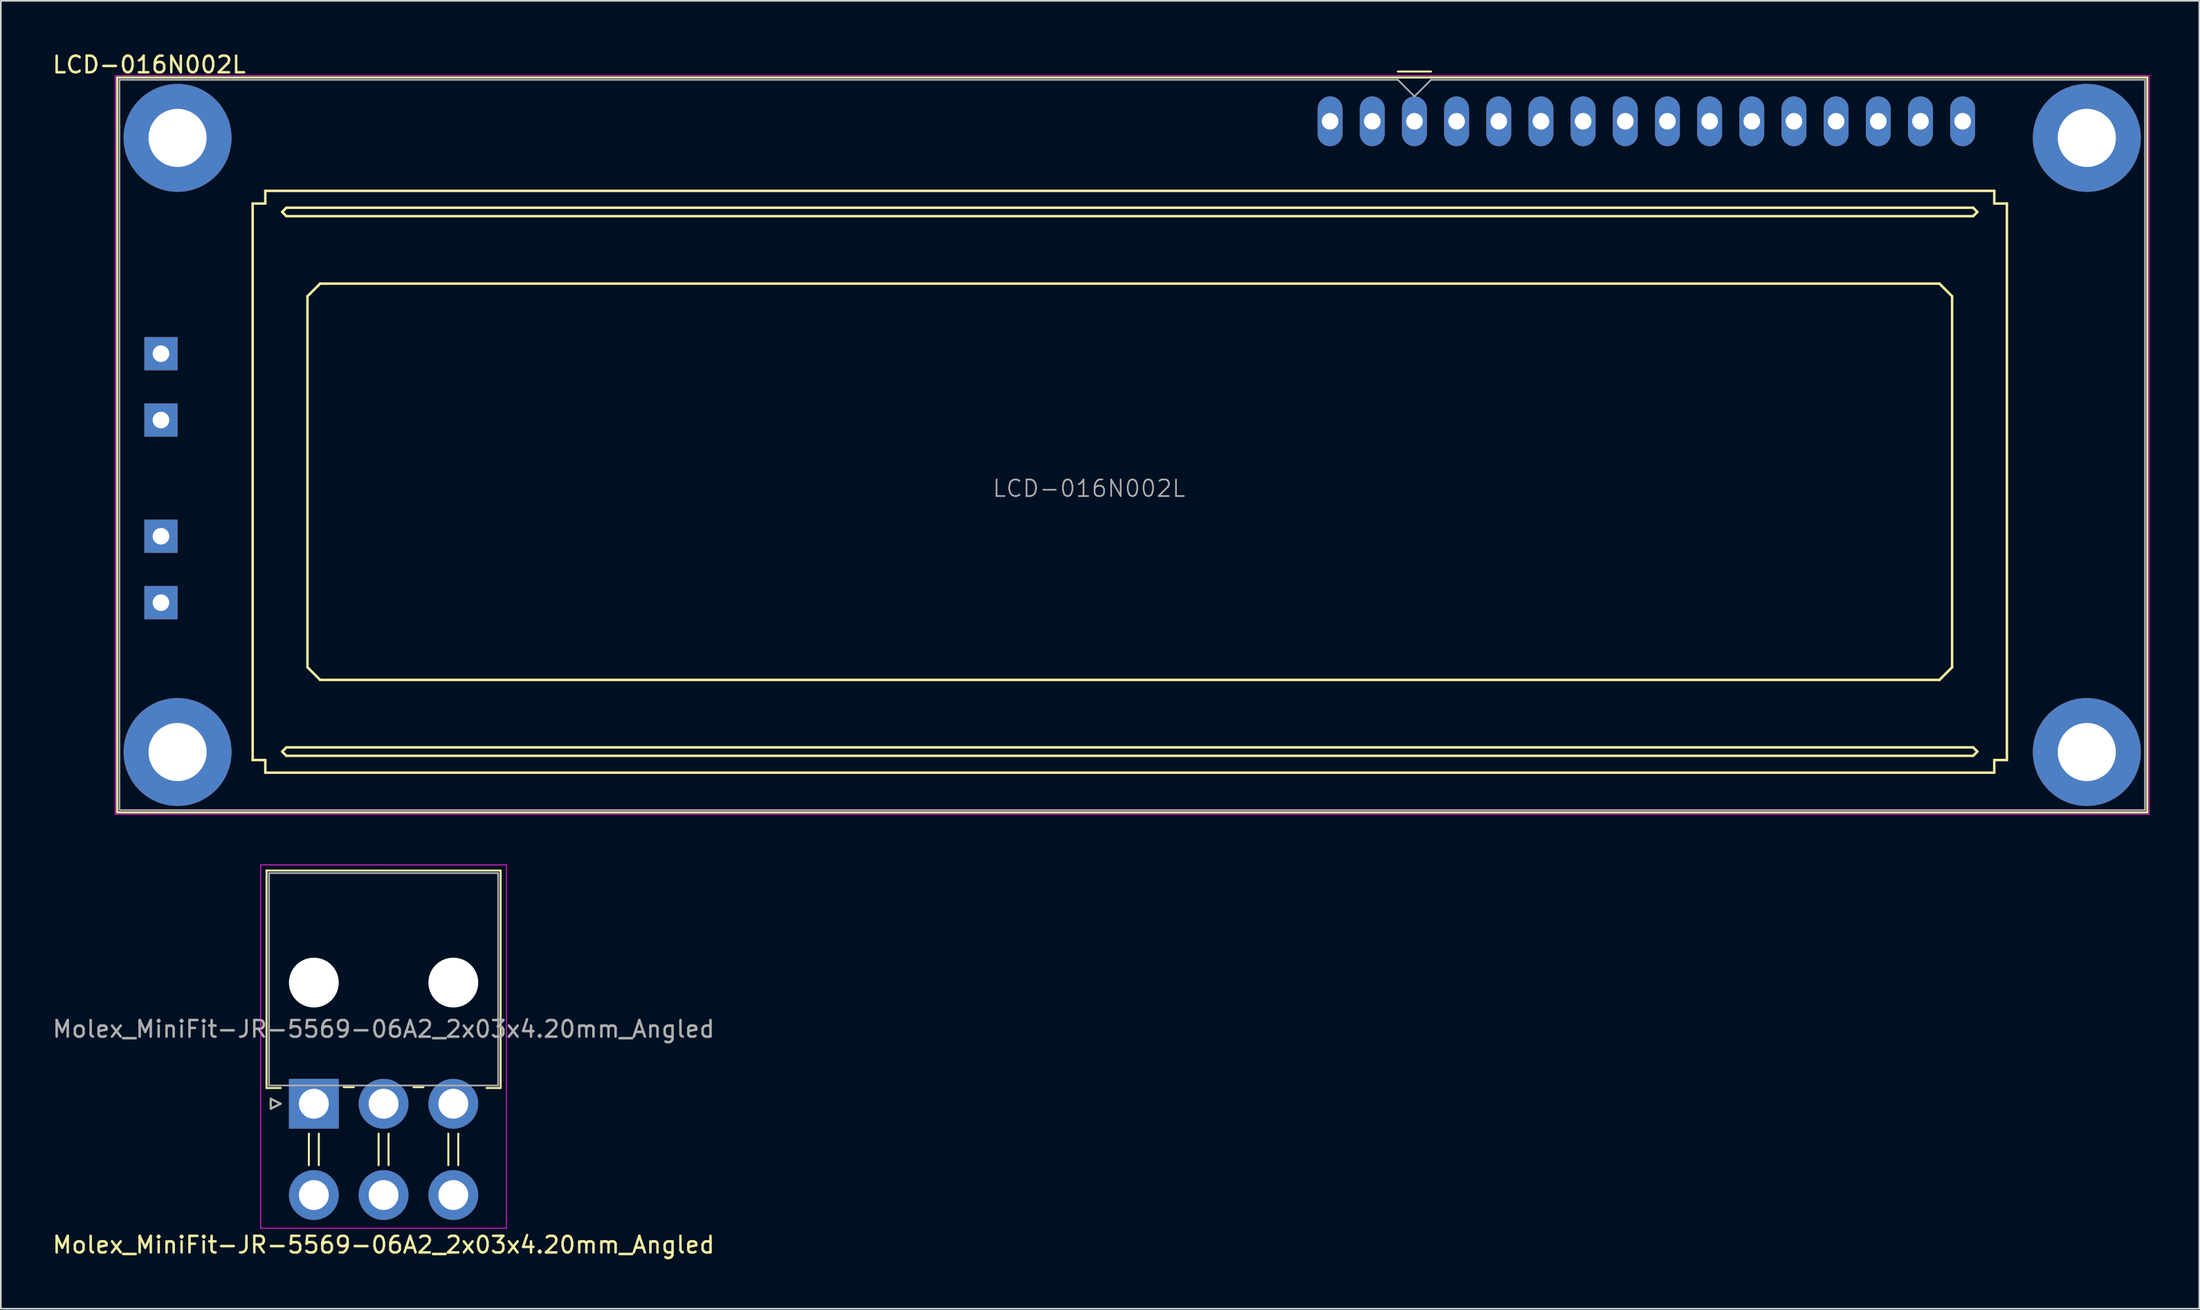
<source format=kicad_pcb>
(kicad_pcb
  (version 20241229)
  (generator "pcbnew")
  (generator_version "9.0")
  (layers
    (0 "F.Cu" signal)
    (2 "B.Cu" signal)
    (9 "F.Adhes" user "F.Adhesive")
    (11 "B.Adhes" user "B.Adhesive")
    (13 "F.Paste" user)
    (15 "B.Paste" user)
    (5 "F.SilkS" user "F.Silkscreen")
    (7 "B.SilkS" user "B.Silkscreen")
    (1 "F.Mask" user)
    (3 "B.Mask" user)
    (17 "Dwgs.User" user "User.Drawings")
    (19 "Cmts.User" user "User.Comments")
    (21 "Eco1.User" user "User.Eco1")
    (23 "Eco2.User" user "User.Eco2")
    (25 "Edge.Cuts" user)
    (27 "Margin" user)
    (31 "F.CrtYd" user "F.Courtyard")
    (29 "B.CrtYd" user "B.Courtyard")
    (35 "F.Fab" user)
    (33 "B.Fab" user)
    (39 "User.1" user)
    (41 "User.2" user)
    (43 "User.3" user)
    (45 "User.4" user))
  (footprint "Molex_MiniFit-JR-5569-06A2_2x03x4.20mm_Angled"
    (layer "F.Cu")
    (at 15.854 63.448)
    (property "Reference" "Molex_MiniFit-JR-5569-06A2_2x03x4.20mm_Angled" (at 4.2 8.5 0) (layer "F.SilkS") (effects (font (size 1 1) (thickness 0.15))))
    (attr through_hole)
    (fp_line (start -2.85 -14.05) (end 4.2 -14.05) (stroke (width 0.12) (type solid)) (layer "F.SilkS"))
    (fp_line (start -2.85 -0.95) (end -2.85 -14.05) (stroke (width 0.12) (type solid)) (layer "F.SilkS"))
    (fp_line (start -2.6 -0.3) (end -2 0) (stroke (width 0.12) (type solid)) (layer "F.SilkS"))
    (fp_line (start -2.6 0.3) (end -2.6 -0.3) (stroke (width 0.12) (type solid)) (layer "F.SilkS"))
    (fp_line (start -2 -0.95) (end -2.85 -0.95) (stroke (width 0.12) (type solid)) (layer "F.SilkS"))
    (fp_line (start -2 0) (end -2.6 0.3) (stroke (width 0.12) (type solid)) (layer "F.SilkS"))
    (fp_line (start -0.3 1.8) (end -0.3 3.7) (stroke (width 0.12) (type solid)) (layer "F.SilkS"))
    (fp_line (start 0.3 1.8) (end 0.3 3.7) (stroke (width 0.12) (type solid)) (layer "F.SilkS"))
    (fp_line (start 1.8 -1) (end 2.4 -1) (stroke (width 0.12) (type solid)) (layer "F.SilkS"))
    (fp_line (start 3.9 1.8) (end 3.9 3.7) (stroke (width 0.12) (type solid)) (layer "F.SilkS"))
    (fp_line (start 4.5 1.8) (end 4.5 3.7) (stroke (width 0.12) (type solid)) (layer "F.SilkS"))
    (fp_line (start 6 -1) (end 6.6 -1) (stroke (width 0.12) (type solid)) (layer "F.SilkS"))
    (fp_line (start 8.1 1.8) (end 8.1 3.7) (stroke (width 0.12) (type solid)) (layer "F.SilkS"))
    (fp_line (start 8.7 1.8) (end 8.7 3.7) (stroke (width 0.12) (type solid)) (layer "F.SilkS"))
    (fp_line (start 10.4 -0.95) (end 11.25 -0.95) (stroke (width 0.12) (type solid)) (layer "F.SilkS"))
    (fp_line (start 11.25 -14.05) (end 4.2 -14.05) (stroke (width 0.12) (type solid)) (layer "F.SilkS"))
    (fp_line (start 11.25 -0.95) (end 11.25 -14.05) (stroke (width 0.12) (type solid)) (layer "F.SilkS"))
    (fp_line (start -3.2 -14.39) (end -3.2 7.5) (stroke (width 0.05) (type solid)) (layer "F.CrtYd"))
    (fp_line (start -3.2 7.5) (end 11.6 7.5) (stroke (width 0.05) (type solid)) (layer "F.CrtYd"))
    (fp_line (start 11.6 -14.39) (end -3.2 -14.39) (stroke (width 0.05) (type solid)) (layer "F.CrtYd"))
    (fp_line (start 11.6 7.5) (end 11.6 -14.39) (stroke (width 0.05) (type solid)) (layer "F.CrtYd"))
    (fp_line (start -2.7 -13.9) (end -2.7 -1.1) (stroke (width 0.1) (type solid)) (layer "F.Fab"))
    (fp_line (start -2.7 -1.1) (end 11.1 -1.1) (stroke (width 0.1) (type solid)) (layer "F.Fab"))
    (fp_line (start -2.6 -0.3) (end -2 0) (stroke (width 0.1) (type solid)) (layer "F.Fab"))
    (fp_line (start -2.6 0.3) (end -2.6 -0.3) (stroke (width 0.1) (type solid)) (layer "F.Fab"))
    (fp_line (start -2 0) (end -2.6 0.3) (stroke (width 0.1) (type solid)) (layer "F.Fab"))
    (fp_line (start 11.1 -13.9) (end -2.7 -13.9) (stroke (width 0.1) (type solid)) (layer "F.Fab"))
    (fp_line (start 11.1 -1.1) (end 11.1 -13.9) (stroke (width 0.1) (type solid)) (layer "F.Fab"))
    (fp_text user "${REFERENCE}" (at 4.2 -4.5 0) (layer "F.Fab") (effects (font (size 1 1) (thickness 0.15))))
    (pad "" np_thru_hole circle (at 0 -7.3) (size 3 3) (drill 3) (layers "*.Cu" "*.Mask"))
    (pad "" np_thru_hole circle (at 8.4 -7.3) (size 3 3) (drill 3) (layers "*.Cu" "*.Mask"))
    (pad "1" thru_hole rect (at 0 0) (size 3 3) (drill 1.8) (layers "*.Cu" "*.Mask"))
    (pad "2" thru_hole circle (at 4.2 0) (size 3 3) (drill 1.8) (layers "*.Cu" "*.Mask"))
    (pad "3" thru_hole circle (at 8.4 0) (size 3 3) (drill 1.8) (layers "*.Cu" "*.Mask"))
    (pad "4" thru_hole circle (at 0 5.5) (size 3 3) (drill 1.8) (layers "*.Cu" "*.Mask"))
    (pad "5" thru_hole circle (at 4.2 5.5) (size 3 3) (drill 1.8) (layers "*.Cu" "*.Mask"))
    (pad "6" thru_hole circle (at 8.4 5.5) (size 3 3) (drill 1.8) (layers "*.Cu" "*.Mask")))
  (footprint "LCD-016N002L"
    (layer "F.Cu")
    (at 82.145 4.258)
    (property "Reference" "LCD-016N002L" (at -76.21 -3.41 180) (layer "F.SilkS") (effects (font (size 1 1) (thickness 0.15))))
    (attr through_hole)
    (fp_line (start -78.14 -2.64) (end -78.14 41.64) (stroke (width 0.12) (type solid)) (layer "F.SilkS"))
    (fp_line (start -78.14 41.64) (end 44.14 41.64) (stroke (width 0.12) (type solid)) (layer "F.SilkS"))
    (fp_line (start -69.977 4.953) (end -69.977 38.481) (stroke (width 0.15) (type solid)) (layer "F.SilkS"))
    (fp_line (start -69.215 4.191) (end -69.215 4.953) (stroke (width 0.15) (type solid)) (layer "F.SilkS"))
    (fp_line (start -69.215 4.953) (end -69.977 4.953) (stroke (width 0.15) (type solid)) (layer "F.SilkS"))
    (fp_line (start -69.215 38.481) (end -69.977 38.481) (stroke (width 0.15) (type solid)) (layer "F.SilkS"))
    (fp_line (start -69.215 39.243) (end -69.215 38.481) (stroke (width 0.15) (type solid)) (layer "F.SilkS"))
    (fp_line (start -69.215 39.243) (end 34.925 39.243) (stroke (width 0.15) (type solid)) (layer "F.SilkS"))
    (fp_line (start -68.199 5.461) (end -67.945 5.715) (stroke (width 0.15) (type solid)) (layer "F.SilkS"))
    (fp_line (start -68.199 37.973) (end -67.945 38.227) (stroke (width 0.15) (type solid)) (layer "F.SilkS"))
    (fp_line (start -67.945 5.207) (end -68.199 5.461) (stroke (width 0.15) (type solid)) (layer "F.SilkS"))
    (fp_line (start -67.945 5.715) (end 33.655 5.715) (stroke (width 0.15) (type solid)) (layer "F.SilkS"))
    (fp_line (start -67.945 37.719) (end -68.199 37.973) (stroke (width 0.15) (type solid)) (layer "F.SilkS"))
    (fp_line (start -67.945 38.227) (end 33.655 38.227) (stroke (width 0.15) (type solid)) (layer "F.SilkS"))
    (fp_line (start -66.675 10.541) (end -65.913 9.779) (stroke (width 0.15) (type solid)) (layer "F.SilkS"))
    (fp_line (start -66.675 32.893) (end -66.675 10.541) (stroke (width 0.15) (type solid)) (layer "F.SilkS"))
    (fp_line (start -65.913 9.779) (end 31.623 9.779) (stroke (width 0.15) (type solid)) (layer "F.SilkS"))
    (fp_line (start -65.913 33.655) (end -66.675 32.893) (stroke (width 0.15) (type solid)) (layer "F.SilkS"))
    (fp_line (start -1 -3) (end 1 -3) (stroke (width 0.12) (type solid)) (layer "F.SilkS"))
    (fp_line (start 31.623 9.779) (end 32.385 10.541) (stroke (width 0.15) (type solid)) (layer "F.SilkS"))
    (fp_line (start 31.623 33.655) (end -65.913 33.655) (stroke (width 0.15) (type solid)) (layer "F.SilkS"))
    (fp_line (start 32.385 10.541) (end 32.385 32.893) (stroke (width 0.15) (type solid)) (layer "F.SilkS"))
    (fp_line (start 32.385 32.893) (end 31.623 33.655) (stroke (width 0.15) (type solid)) (layer "F.SilkS"))
    (fp_line (start 33.655 5.207) (end -67.945 5.207) (stroke (width 0.15) (type solid)) (layer "F.SilkS"))
    (fp_line (start 33.655 5.207) (end 33.909 5.461) (stroke (width 0.15) (type solid)) (layer "F.SilkS"))
    (fp_line (start 33.655 37.719) (end -67.945 37.719) (stroke (width 0.15) (type solid)) (layer "F.SilkS"))
    (fp_line (start 33.655 38.227) (end 33.909 37.973) (stroke (width 0.15) (type solid)) (layer "F.SilkS"))
    (fp_line (start 33.909 5.461) (end 33.655 5.715) (stroke (width 0.15) (type solid)) (layer "F.SilkS"))
    (fp_line (start 33.909 37.973) (end 33.655 37.719) (stroke (width 0.15) (type solid)) (layer "F.SilkS"))
    (fp_line (start 34.925 4.191) (end -69.215 4.191) (stroke (width 0.15) (type solid)) (layer "F.SilkS"))
    (fp_line (start 34.925 4.191) (end 34.925 4.953) (stroke (width 0.15) (type solid)) (layer "F.SilkS"))
    (fp_line (start 34.925 4.953) (end 35.687 4.953) (stroke (width 0.15) (type solid)) (layer "F.SilkS"))
    (fp_line (start 34.925 38.481) (end 34.925 39.243) (stroke (width 0.15) (type solid)) (layer "F.SilkS"))
    (fp_line (start 35.687 38.481) (end 34.925 38.481) (stroke (width 0.15) (type solid)) (layer "F.SilkS"))
    (fp_line (start 35.687 38.481) (end 35.687 4.953) (stroke (width 0.15) (type solid)) (layer "F.SilkS"))
    (fp_line (start 44.14 -2.64) (end -78.14 -2.64) (stroke (width 0.12) (type solid)) (layer "F.SilkS"))
    (fp_line (start 44.14 -2.64) (end 44.14 41.64) (stroke (width 0.12) (type solid)) (layer "F.SilkS"))
    (fp_line (start -78.25 -2.75) (end -78.25 41.75) (stroke (width 0.05) (type solid)) (layer "F.CrtYd"))
    (fp_line (start -78.25 -2.75) (end 44.25 -2.75) (stroke (width 0.05) (type solid)) (layer "F.CrtYd"))
    (fp_line (start -78.25 41.75) (end 44.25 41.75) (stroke (width 0.05) (type solid)) (layer "F.CrtYd"))
    (fp_line (start 44.25 -2.75) (end 44.25 41.75) (stroke (width 0.05) (type solid)) (layer "F.CrtYd"))
    (fp_line (start -78 -2.5) (end -1 -2.5) (stroke (width 0.1) (type solid)) (layer "F.Fab"))
    (fp_line (start -78 41.5) (end -78 -2.5) (stroke (width 0.1) (type solid)) (layer "F.Fab"))
    (fp_line (start 0 -1.5) (end -1 -2.5) (stroke (width 0.1) (type solid)) (layer "F.Fab"))
    (fp_line (start 1 -2.5) (end 0 -1.5) (stroke (width 0.1) (type solid)) (layer "F.Fab"))
    (fp_line (start 1 -2.5) (end 44 -2.5) (stroke (width 0.1) (type solid)) (layer "F.Fab"))
    (fp_line (start 44 -2.5) (end 44 41.5) (stroke (width 0.1) (type solid)) (layer "F.Fab"))
    (fp_line (start 44 41.5) (end -78 41.5) (stroke (width 0.1) (type solid)) (layer "F.Fab"))
    (fp_text user "${REFERENCE}" (at -19.6 22.12 0) (layer "F.Fab") (effects (font (size 1 1) (thickness 0.1))))
    (pad "" thru_hole circle (at -74.5 1 180) (size 6.5 6.5) (drill 3.5) (layers "*.Cu" "*.Mask"))
    (pad "" thru_hole circle (at -74.5 38 180) (size 6.5 6.5) (drill 3.5) (layers "*.Cu" "*.Mask"))
    (pad "" thru_hole circle (at 40.5 1 180) (size 6.5 6.5) (drill 3.5) (layers "*.Cu" "*.Mask"))
    (pad "" thru_hole circle (at 40.5 38 180) (size 6.5 6.5) (drill 3.5) (layers "*.Cu" "*.Mask"))
    (pad "1" thru_hole oval (at 0 0 180) (size 1.5 3) (drill 1) (layers "*.Cu" "*.Mask"))
    (pad "2" thru_hole oval (at 2.54 0 180) (size 1.5 3) (drill 1) (layers "*.Cu" "*.Mask"))
    (pad "3" thru_hole oval (at 5.08 0 180) (size 1.5 3) (drill 1) (layers "*.Cu" "*.Mask"))
    (pad "4" thru_hole oval (at 7.62 0 180) (size 1.5 3) (drill 1) (layers "*.Cu" "*.Mask"))
    (pad "5" thru_hole oval (at 10.16 0 180) (size 1.5 3) (drill 1) (layers "*.Cu" "*.Mask"))
    (pad "6" thru_hole oval (at 12.7 0 180) (size 1.5 3) (drill 1) (layers "*.Cu" "*.Mask"))
    (pad "7" thru_hole oval (at 15.24 0 180) (size 1.5 3) (drill 1) (layers "*.Cu" "*.Mask"))
    (pad "8" thru_hole oval (at 17.78 0 180) (size 1.5 3) (drill 1) (layers "*.Cu" "*.Mask"))
    (pad "9" thru_hole oval (at 20.32 0 180) (size 1.5 3) (drill 1) (layers "*.Cu" "*.Mask"))
    (pad "10" thru_hole oval (at 22.86 0 180) (size 1.5 3) (drill 1) (layers "*.Cu" "*.Mask"))
    (pad "11" thru_hole oval (at 25.4 0 180) (size 1.5 3) (drill 1) (layers "*.Cu" "*.Mask"))
    (pad "12" thru_hole oval (at 27.94 0 180) (size 1.5 3) (drill 1) (layers "*.Cu" "*.Mask"))
    (pad "13" thru_hole oval (at 30.48 0 180) (size 1.5 3) (drill 1) (layers "*.Cu" "*.Mask"))
    (pad "14" thru_hole oval (at 33.02 0 180) (size 1.5 3) (drill 1) (layers "*.Cu" "*.Mask"))
    (pad "15" thru_hole oval (at -2.54 0 180) (size 1.5 3) (drill 1) (layers "*.Cu" "*.Mask"))
    (pad "16" thru_hole oval (at -5.08 0 180) (size 1.5 3) (drill 1) (layers "*.Cu" "*.Mask"))
    (pad "A1" thru_hole rect (at -75.5 14 180) (size 2 2) (drill 1) (layers "*.Cu" "*.Mask"))
    (pad "A2" thru_hole rect (at -75.5 25 180) (size 2 2) (drill 1) (layers "*.Cu" "*.Mask"))
    (pad "K1" thru_hole rect (at -75.5 18 180) (size 2 2) (drill 1) (layers "*.Cu" "*.Mask"))
    (pad "K2" thru_hole rect (at -75.5 29 180) (size 2 2) (drill 1) (layers "*.Cu" "*.Mask")))
  (gr_rect
    (start -3 -3)
    (end 129.42 75.796)
    (stroke (width 0.1) (type default))
    (fill no)
    (layer "Edge.Cuts")))
</source>
